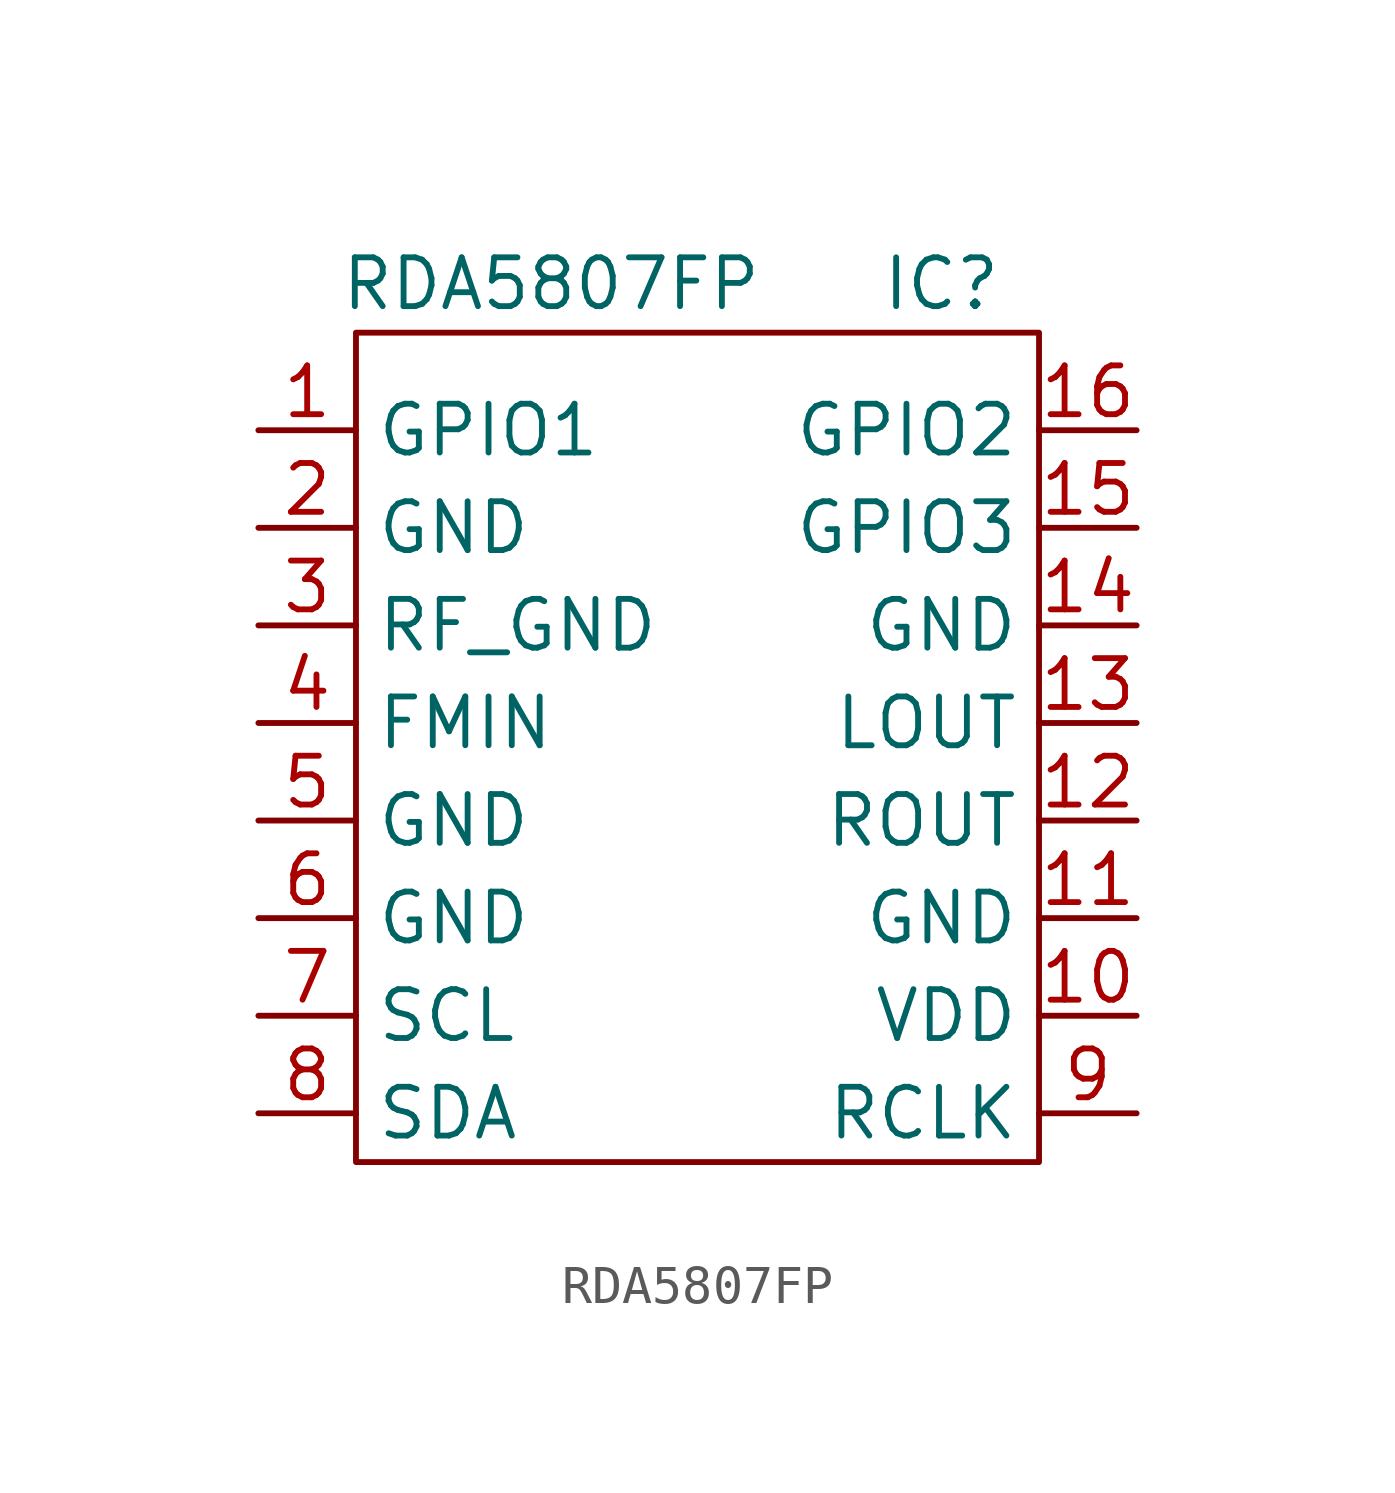
<source format=kicad_sym>
(kicad_symbol_lib
  (version 20211014)
  (generator kicad_symbol_editor)
  (symbol "RDA5807FP"
    (property "Reference" "IC"
      (at 6.35 13.97 0)
      (effects (font (size 1.27 1.27))))
    (property "Value" "RDA5807FP"
      (at -3.81 13.97 0)
      (effects (font (size 1.27 1.27))))
    (symbol "RDA5807FP_0_1"
      (rectangle (start -8.89 12.7) (end 8.89 -8.89) (stroke (width 0) (type default) (color 0 0 0 0)) (fill (type none))))
    (symbol "RDA5807FP_1_1"
      (pin bidirectional line (at -11.43 10.16 0) (length 2.54) (name "GPIO1" (effects (font (size 1.27 1.27)))) (number "1" (effects (font (size 1.27 1.27)))))
      (pin power_in line (at 11.43 -5.08 180) (length 2.54) (name "VDD" (effects (font (size 1.27 1.27)))) (number "10" (effects (font (size 1.27 1.27)))))
      (pin passive line (at 11.43 -2.54 180) (length 2.54) (name "GND" (effects (font (size 1.27 1.27)))) (number "11" (effects (font (size 1.27 1.27)))))
      (pin output line (at 11.43 0 180) (length 2.54) (name "ROUT" (effects (font (size 1.27 1.27)))) (number "12" (effects (font (size 1.27 1.27)))))
      (pin output line (at 11.43 2.54 180) (length 2.54) (name "LOUT" (effects (font (size 1.27 1.27)))) (number "13" (effects (font (size 1.27 1.27)))))
      (pin passive line (at 11.43 5.08 180) (length 2.54) (name "GND" (effects (font (size 1.27 1.27)))) (number "14" (effects (font (size 1.27 1.27)))))
      (pin bidirectional line (at 11.43 7.62 180) (length 2.54) (name "GPIO3" (effects (font (size 1.27 1.27)))) (number "15" (effects (font (size 1.27 1.27)))))
      (pin bidirectional line (at 11.43 10.16 180) (length 2.54) (name "GPIO2" (effects (font (size 1.27 1.27)))) (number "16" (effects (font (size 1.27 1.27)))))
      (pin passive line (at -11.43 7.62 0) (length 2.54) (name "GND" (effects (font (size 1.27 1.27)))) (number "2" (effects (font (size 1.27 1.27)))))
      (pin passive line (at -11.43 5.08 0) (length 2.54) (name "RF_GND" (effects (font (size 1.27 1.27)))) (number "3" (effects (font (size 1.27 1.27)))))
      (pin input line (at -11.43 2.54 0) (length 2.54) (name "FMIN" (effects (font (size 1.27 1.27)))) (number "4" (effects (font (size 1.27 1.27)))))
      (pin passive line (at -11.43 0 0) (length 2.54) (name "GND" (effects (font (size 1.27 1.27)))) (number "5" (effects (font (size 1.27 1.27)))))
      (pin passive line (at -11.43 -2.54 0) (length 2.54) (name "GND" (effects (font (size 1.27 1.27)))) (number "6" (effects (font (size 1.27 1.27)))))
      (pin input line (at -11.43 -5.08 0) (length 2.54) (name "SCL" (effects (font (size 1.27 1.27)))) (number "7" (effects (font (size 1.27 1.27)))))
      (pin input line (at -11.43 -7.62 0) (length 2.54) (name "SDA" (effects (font (size 1.27 1.27)))) (number "8" (effects (font (size 1.27 1.27)))))
      (pin input line (at 11.43 -7.62 180) (length 2.54) (name "RCLK" (effects (font (size 1.27 1.27)))) (number "9" (effects (font (size 1.27 1.27))))))))
</source>
